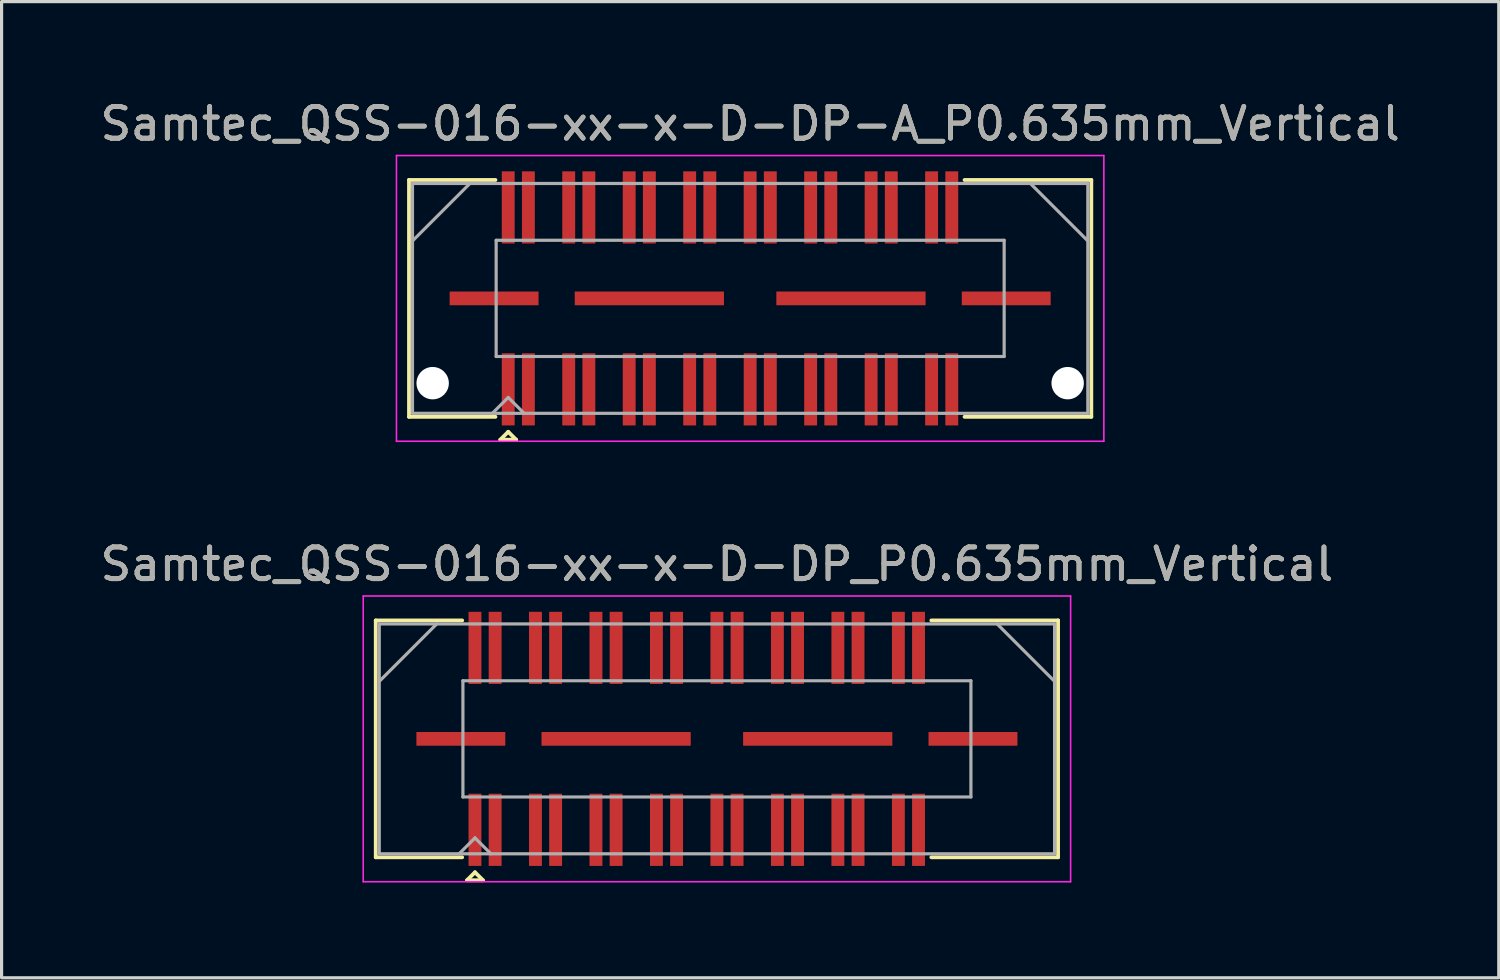
<source format=kicad_pcb>
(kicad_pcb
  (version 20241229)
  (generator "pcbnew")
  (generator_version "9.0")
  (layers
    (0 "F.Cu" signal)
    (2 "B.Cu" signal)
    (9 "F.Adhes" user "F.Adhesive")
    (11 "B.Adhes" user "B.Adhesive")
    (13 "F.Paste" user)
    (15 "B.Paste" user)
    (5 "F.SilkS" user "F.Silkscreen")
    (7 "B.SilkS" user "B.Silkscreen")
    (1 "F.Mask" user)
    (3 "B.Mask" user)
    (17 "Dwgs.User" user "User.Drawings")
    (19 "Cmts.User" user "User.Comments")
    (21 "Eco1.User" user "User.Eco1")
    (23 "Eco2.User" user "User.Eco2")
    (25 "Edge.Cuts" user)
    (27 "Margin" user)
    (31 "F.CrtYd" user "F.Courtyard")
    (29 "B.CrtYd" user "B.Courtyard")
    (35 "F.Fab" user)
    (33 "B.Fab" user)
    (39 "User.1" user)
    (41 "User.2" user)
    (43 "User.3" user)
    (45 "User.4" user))
  (footprint "Samtec_QSS-016-xx-x-D-DP-A_P0.635mm_Vertical"
    (layer "F.Cu")
    (at 20.577 6.348)
    (property "Reference" "Samtec_QSS-016-xx-x-D-DP-A_P0.635mm_Vertical" (at 0 -5.5 0) (layer "F.SilkS") (effects (font (size 1 1) (thickness 0.15))))
    (attr smd)
    (fp_line (start -10.745 -3.73) (end -8.023 -3.73) (stroke (width 0.12) (type solid)) (layer "F.SilkS"))
    (fp_line (start -10.745 3.73) (end -10.745 -3.73) (stroke (width 0.12) (type solid)) (layer "F.SilkS"))
    (fp_line (start -8.023 3.73) (end -10.745 3.73) (stroke (width 0.12) (type solid)) (layer "F.SilkS"))
    (fp_line (start -7.87 4.452) (end -7.62 4.202) (stroke (width 0.12) (type solid)) (layer "F.SilkS"))
    (fp_line (start -7.62 4.202) (end -7.37 4.452) (stroke (width 0.12) (type solid)) (layer "F.SilkS"))
    (fp_line (start -7.37 4.452) (end -7.87 4.452) (stroke (width 0.12) (type solid)) (layer "F.SilkS"))
    (fp_line (start 6.753 3.73) (end 10.745 3.73) (stroke (width 0.12) (type solid)) (layer "F.SilkS"))
    (fp_line (start 10.745 -3.73) (end 6.753 -3.73) (stroke (width 0.12) (type solid)) (layer "F.SilkS"))
    (fp_line (start 10.745 3.73) (end 10.745 -3.73) (stroke (width 0.12) (type solid)) (layer "F.SilkS"))
    (fp_line (start -11.14 -4.5) (end -11.14 4.5) (stroke (width 0.05) (type solid)) (layer "F.CrtYd"))
    (fp_line (start -11.14 4.5) (end 11.14 4.5) (stroke (width 0.05) (type solid)) (layer "F.CrtYd"))
    (fp_line (start 11.14 -4.5) (end -11.14 -4.5) (stroke (width 0.05) (type solid)) (layer "F.CrtYd"))
    (fp_line (start 11.14 4.5) (end 11.14 -4.5) (stroke (width 0.05) (type solid)) (layer "F.CrtYd"))
    (fp_line (start -10.635 -3.62) (end -10.635 3.62) (stroke (width 0.1) (type solid)) (layer "F.Fab"))
    (fp_line (start -10.635 -1.81) (end -8.825 -3.62) (stroke (width 0.1) (type solid)) (layer "F.Fab"))
    (fp_line (start -10.635 3.62) (end 10.635 3.62) (stroke (width 0.1) (type solid)) (layer "F.Fab"))
    (fp_line (start -8.12 3.62) (end -7.62 3.12) (stroke (width 0.1) (type solid)) (layer "F.Fab"))
    (fp_line (start -8 -1.83) (end -8 1.83) (stroke (width 0.1) (type solid)) (layer "F.Fab"))
    (fp_line (start -8 1.83) (end 8 1.83) (stroke (width 0.1) (type solid)) (layer "F.Fab"))
    (fp_line (start -7.62 3.12) (end -7.12 3.62) (stroke (width 0.1) (type solid)) (layer "F.Fab"))
    (fp_line (start 8 -1.83) (end -8 -1.83) (stroke (width 0.1) (type solid)) (layer "F.Fab"))
    (fp_line (start 8 1.83) (end 8 -1.83) (stroke (width 0.1) (type solid)) (layer "F.Fab"))
    (fp_line (start 10.635 -3.62) (end -10.635 -3.62) (stroke (width 0.1) (type solid)) (layer "F.Fab"))
    (fp_line (start 10.635 -1.81) (end 8.825 -3.62) (stroke (width 0.1) (type solid)) (layer "F.Fab"))
    (fp_line (start 10.635 3.62) (end 10.635 -3.62) (stroke (width 0.1) (type solid)) (layer "F.Fab"))
    (fp_text user "${REFERENCE}" (at 0 -5.5 0) (layer "F.Fab") (effects (font (size 1 1) (thickness 0.15))))
    (pad "" np_thru_hole circle (at -10 2.67) (size 1.02 1.02) (drill 1.02) (layers "*.Cu" "*.Mask"))
    (pad "" np_thru_hole circle (at 10 2.67) (size 1.02 1.02) (drill 1.02) (layers "*.Cu" "*.Mask"))
    (pad "1" smd rect (at -7.62 2.865) (size 0.406 2.273) (layers "F.Cu" "F.Mask" "F.Paste"))
    (pad "2" smd rect (at -7.62 -2.865) (size 0.406 2.273) (layers "F.Cu" "F.Mask" "F.Paste"))
    (pad "3" smd rect (at -6.985 2.865) (size 0.406 2.273) (layers "F.Cu" "F.Mask" "F.Paste"))
    (pad "4" smd rect (at -6.985 -2.865) (size 0.406 2.273) (layers "F.Cu" "F.Mask" "F.Paste"))
    (pad "5" smd rect (at -5.715 2.865) (size 0.406 2.273) (layers "F.Cu" "F.Mask" "F.Paste"))
    (pad "6" smd rect (at -5.715 -2.865) (size 0.406 2.273) (layers "F.Cu" "F.Mask" "F.Paste"))
    (pad "7" smd rect (at -5.08 2.865) (size 0.406 2.273) (layers "F.Cu" "F.Mask" "F.Paste"))
    (pad "8" smd rect (at -5.08 -2.865) (size 0.406 2.273) (layers "F.Cu" "F.Mask" "F.Paste"))
    (pad "9" smd rect (at -3.81 2.865) (size 0.406 2.273) (layers "F.Cu" "F.Mask" "F.Paste"))
    (pad "10" smd rect (at -3.81 -2.865) (size 0.406 2.273) (layers "F.Cu" "F.Mask" "F.Paste"))
    (pad "11" smd rect (at -3.175 2.865) (size 0.406 2.273) (layers "F.Cu" "F.Mask" "F.Paste"))
    (pad "12" smd rect (at -3.175 -2.865) (size 0.406 2.273) (layers "F.Cu" "F.Mask" "F.Paste"))
    (pad "13" smd rect (at -1.905 2.865) (size 0.406 2.273) (layers "F.Cu" "F.Mask" "F.Paste"))
    (pad "14" smd rect (at -1.905 -2.865) (size 0.406 2.273) (layers "F.Cu" "F.Mask" "F.Paste"))
    (pad "15" smd rect (at -1.27 2.865) (size 0.406 2.273) (layers "F.Cu" "F.Mask" "F.Paste"))
    (pad "16" smd rect (at -1.27 -2.865) (size 0.406 2.273) (layers "F.Cu" "F.Mask" "F.Paste"))
    (pad "17" smd rect (at 0 2.865) (size 0.406 2.273) (layers "F.Cu" "F.Mask" "F.Paste"))
    (pad "18" smd rect (at 0 -2.865) (size 0.406 2.273) (layers "F.Cu" "F.Mask" "F.Paste"))
    (pad "19" smd rect (at 0.635 2.865) (size 0.406 2.273) (layers "F.Cu" "F.Mask" "F.Paste"))
    (pad "20" smd rect (at 0.635 -2.865) (size 0.406 2.273) (layers "F.Cu" "F.Mask" "F.Paste"))
    (pad "21" smd rect (at 1.905 2.865) (size 0.406 2.273) (layers "F.Cu" "F.Mask" "F.Paste"))
    (pad "22" smd rect (at 1.905 -2.865) (size 0.406 2.273) (layers "F.Cu" "F.Mask" "F.Paste"))
    (pad "23" smd rect (at 2.54 2.865) (size 0.406 2.273) (layers "F.Cu" "F.Mask" "F.Paste"))
    (pad "24" smd rect (at 2.54 -2.865) (size 0.406 2.273) (layers "F.Cu" "F.Mask" "F.Paste"))
    (pad "25" smd rect (at 3.81 2.865) (size 0.406 2.273) (layers "F.Cu" "F.Mask" "F.Paste"))
    (pad "26" smd rect (at 3.81 -2.865) (size 0.406 2.273) (layers "F.Cu" "F.Mask" "F.Paste"))
    (pad "27" smd rect (at 4.445 2.865) (size 0.406 2.273) (layers "F.Cu" "F.Mask" "F.Paste"))
    (pad "28" smd rect (at 4.445 -2.865) (size 0.406 2.273) (layers "F.Cu" "F.Mask" "F.Paste"))
    (pad "29" smd rect (at 5.715 2.865) (size 0.406 2.273) (layers "F.Cu" "F.Mask" "F.Paste"))
    (pad "30" smd rect (at 5.715 -2.865) (size 0.406 2.273) (layers "F.Cu" "F.Mask" "F.Paste"))
    (pad "31" smd rect (at 6.35 2.865) (size 0.406 2.273) (layers "F.Cu" "F.Mask" "F.Paste"))
    (pad "32" smd rect (at 6.35 -2.865) (size 0.406 2.273) (layers "F.Cu" "F.Mask" "F.Paste"))
    (pad "P1" smd rect (at -8.065 0) (size 2.8 0.432) (layers "F.Cu" "F.Mask" "F.Paste"))
    (pad "P1" smd rect (at -3.175 0) (size 4.7 0.432) (layers "F.Cu" "F.Mask" "F.Paste"))
    (pad "P1" smd rect (at 3.175 0) (size 4.7 0.432) (layers "F.Cu" "F.Mask" "F.Paste"))
    (pad "P1" smd rect (at 8.065 0) (size 2.8 0.432) (layers "F.Cu" "F.Mask" "F.Paste")))
  (footprint "Samtec_QSS-016-xx-x-D-DP_P0.635mm_Vertical"
    (layer "F.Cu")
    (at 19.53 20.221)
    (property "Reference" "Samtec_QSS-016-xx-x-D-DP_P0.635mm_Vertical" (at 0 -5.5 0) (layer "F.SilkS") (effects (font (size 1 1) (thickness 0.15))))
    (attr smd)
    (fp_line (start -10.745 -3.73) (end -8.023 -3.73) (stroke (width 0.12) (type solid)) (layer "F.SilkS"))
    (fp_line (start -10.745 3.73) (end -10.745 -3.73) (stroke (width 0.12) (type solid)) (layer "F.SilkS"))
    (fp_line (start -8.023 3.73) (end -10.745 3.73) (stroke (width 0.12) (type solid)) (layer "F.SilkS"))
    (fp_line (start -7.87 4.452) (end -7.62 4.202) (stroke (width 0.12) (type solid)) (layer "F.SilkS"))
    (fp_line (start -7.62 4.202) (end -7.37 4.452) (stroke (width 0.12) (type solid)) (layer "F.SilkS"))
    (fp_line (start -7.37 4.452) (end -7.87 4.452) (stroke (width 0.12) (type solid)) (layer "F.SilkS"))
    (fp_line (start 6.753 3.73) (end 10.745 3.73) (stroke (width 0.12) (type solid)) (layer "F.SilkS"))
    (fp_line (start 10.745 -3.73) (end 6.753 -3.73) (stroke (width 0.12) (type solid)) (layer "F.SilkS"))
    (fp_line (start 10.745 3.73) (end 10.745 -3.73) (stroke (width 0.12) (type solid)) (layer "F.SilkS"))
    (fp_line (start -11.14 -4.5) (end -11.14 4.5) (stroke (width 0.05) (type solid)) (layer "F.CrtYd"))
    (fp_line (start -11.14 4.5) (end 11.14 4.5) (stroke (width 0.05) (type solid)) (layer "F.CrtYd"))
    (fp_line (start 11.14 -4.5) (end -11.14 -4.5) (stroke (width 0.05) (type solid)) (layer "F.CrtYd"))
    (fp_line (start 11.14 4.5) (end 11.14 -4.5) (stroke (width 0.05) (type solid)) (layer "F.CrtYd"))
    (fp_line (start -10.635 -3.62) (end -10.635 3.62) (stroke (width 0.1) (type solid)) (layer "F.Fab"))
    (fp_line (start -10.635 -1.81) (end -8.825 -3.62) (stroke (width 0.1) (type solid)) (layer "F.Fab"))
    (fp_line (start -10.635 3.62) (end 10.635 3.62) (stroke (width 0.1) (type solid)) (layer "F.Fab"))
    (fp_line (start -8.12 3.62) (end -7.62 3.12) (stroke (width 0.1) (type solid)) (layer "F.Fab"))
    (fp_line (start -8 -1.83) (end -8 1.83) (stroke (width 0.1) (type solid)) (layer "F.Fab"))
    (fp_line (start -8 1.83) (end 8 1.83) (stroke (width 0.1) (type solid)) (layer "F.Fab"))
    (fp_line (start -7.62 3.12) (end -7.12 3.62) (stroke (width 0.1) (type solid)) (layer "F.Fab"))
    (fp_line (start 8 -1.83) (end -8 -1.83) (stroke (width 0.1) (type solid)) (layer "F.Fab"))
    (fp_line (start 8 1.83) (end 8 -1.83) (stroke (width 0.1) (type solid)) (layer "F.Fab"))
    (fp_line (start 10.635 -3.62) (end -10.635 -3.62) (stroke (width 0.1) (type solid)) (layer "F.Fab"))
    (fp_line (start 10.635 -1.81) (end 8.825 -3.62) (stroke (width 0.1) (type solid)) (layer "F.Fab"))
    (fp_line (start 10.635 3.62) (end 10.635 -3.62) (stroke (width 0.1) (type solid)) (layer "F.Fab"))
    (fp_text user "${REFERENCE}" (at 0 -5.5 0) (layer "F.Fab") (effects (font (size 1 1) (thickness 0.15))))
    (pad "1" smd rect (at -7.62 2.865) (size 0.406 2.273) (layers "F.Cu" "F.Mask" "F.Paste"))
    (pad "2" smd rect (at -7.62 -2.865) (size 0.406 2.273) (layers "F.Cu" "F.Mask" "F.Paste"))
    (pad "3" smd rect (at -6.985 2.865) (size 0.406 2.273) (layers "F.Cu" "F.Mask" "F.Paste"))
    (pad "4" smd rect (at -6.985 -2.865) (size 0.406 2.273) (layers "F.Cu" "F.Mask" "F.Paste"))
    (pad "5" smd rect (at -5.715 2.865) (size 0.406 2.273) (layers "F.Cu" "F.Mask" "F.Paste"))
    (pad "6" smd rect (at -5.715 -2.865) (size 0.406 2.273) (layers "F.Cu" "F.Mask" "F.Paste"))
    (pad "7" smd rect (at -5.08 2.865) (size 0.406 2.273) (layers "F.Cu" "F.Mask" "F.Paste"))
    (pad "8" smd rect (at -5.08 -2.865) (size 0.406 2.273) (layers "F.Cu" "F.Mask" "F.Paste"))
    (pad "9" smd rect (at -3.81 2.865) (size 0.406 2.273) (layers "F.Cu" "F.Mask" "F.Paste"))
    (pad "10" smd rect (at -3.81 -2.865) (size 0.406 2.273) (layers "F.Cu" "F.Mask" "F.Paste"))
    (pad "11" smd rect (at -3.175 2.865) (size 0.406 2.273) (layers "F.Cu" "F.Mask" "F.Paste"))
    (pad "12" smd rect (at -3.175 -2.865) (size 0.406 2.273) (layers "F.Cu" "F.Mask" "F.Paste"))
    (pad "13" smd rect (at -1.905 2.865) (size 0.406 2.273) (layers "F.Cu" "F.Mask" "F.Paste"))
    (pad "14" smd rect (at -1.905 -2.865) (size 0.406 2.273) (layers "F.Cu" "F.Mask" "F.Paste"))
    (pad "15" smd rect (at -1.27 2.865) (size 0.406 2.273) (layers "F.Cu" "F.Mask" "F.Paste"))
    (pad "16" smd rect (at -1.27 -2.865) (size 0.406 2.273) (layers "F.Cu" "F.Mask" "F.Paste"))
    (pad "17" smd rect (at 0 2.865) (size 0.406 2.273) (layers "F.Cu" "F.Mask" "F.Paste"))
    (pad "18" smd rect (at 0 -2.865) (size 0.406 2.273) (layers "F.Cu" "F.Mask" "F.Paste"))
    (pad "19" smd rect (at 0.635 2.865) (size 0.406 2.273) (layers "F.Cu" "F.Mask" "F.Paste"))
    (pad "20" smd rect (at 0.635 -2.865) (size 0.406 2.273) (layers "F.Cu" "F.Mask" "F.Paste"))
    (pad "21" smd rect (at 1.905 2.865) (size 0.406 2.273) (layers "F.Cu" "F.Mask" "F.Paste"))
    (pad "22" smd rect (at 1.905 -2.865) (size 0.406 2.273) (layers "F.Cu" "F.Mask" "F.Paste"))
    (pad "23" smd rect (at 2.54 2.865) (size 0.406 2.273) (layers "F.Cu" "F.Mask" "F.Paste"))
    (pad "24" smd rect (at 2.54 -2.865) (size 0.406 2.273) (layers "F.Cu" "F.Mask" "F.Paste"))
    (pad "25" smd rect (at 3.81 2.865) (size 0.406 2.273) (layers "F.Cu" "F.Mask" "F.Paste"))
    (pad "26" smd rect (at 3.81 -2.865) (size 0.406 2.273) (layers "F.Cu" "F.Mask" "F.Paste"))
    (pad "27" smd rect (at 4.445 2.865) (size 0.406 2.273) (layers "F.Cu" "F.Mask" "F.Paste"))
    (pad "28" smd rect (at 4.445 -2.865) (size 0.406 2.273) (layers "F.Cu" "F.Mask" "F.Paste"))
    (pad "29" smd rect (at 5.715 2.865) (size 0.406 2.273) (layers "F.Cu" "F.Mask" "F.Paste"))
    (pad "30" smd rect (at 5.715 -2.865) (size 0.406 2.273) (layers "F.Cu" "F.Mask" "F.Paste"))
    (pad "31" smd rect (at 6.35 2.865) (size 0.406 2.273) (layers "F.Cu" "F.Mask" "F.Paste"))
    (pad "32" smd rect (at 6.35 -2.865) (size 0.406 2.273) (layers "F.Cu" "F.Mask" "F.Paste"))
    (pad "33" smd rect (at -8.065 0) (size 2.8 0.432) (layers "F.Cu" "F.Mask" "F.Paste"))
    (pad "34" smd rect (at -3.175 0) (size 4.7 0.432) (layers "F.Cu" "F.Mask" "F.Paste"))
    (pad "35" smd rect (at 3.175 0) (size 4.7 0.432) (layers "F.Cu" "F.Mask" "F.Paste"))
    (pad "36" smd rect (at 8.065 0) (size 2.8 0.432) (layers "F.Cu" "F.Mask" "F.Paste")))
  (gr_rect
    (start -3 -3)
    (end 44.155 27.747)
    (stroke (width 0.1) (type default))
    (fill no)
    (layer "Edge.Cuts")))
</source>
